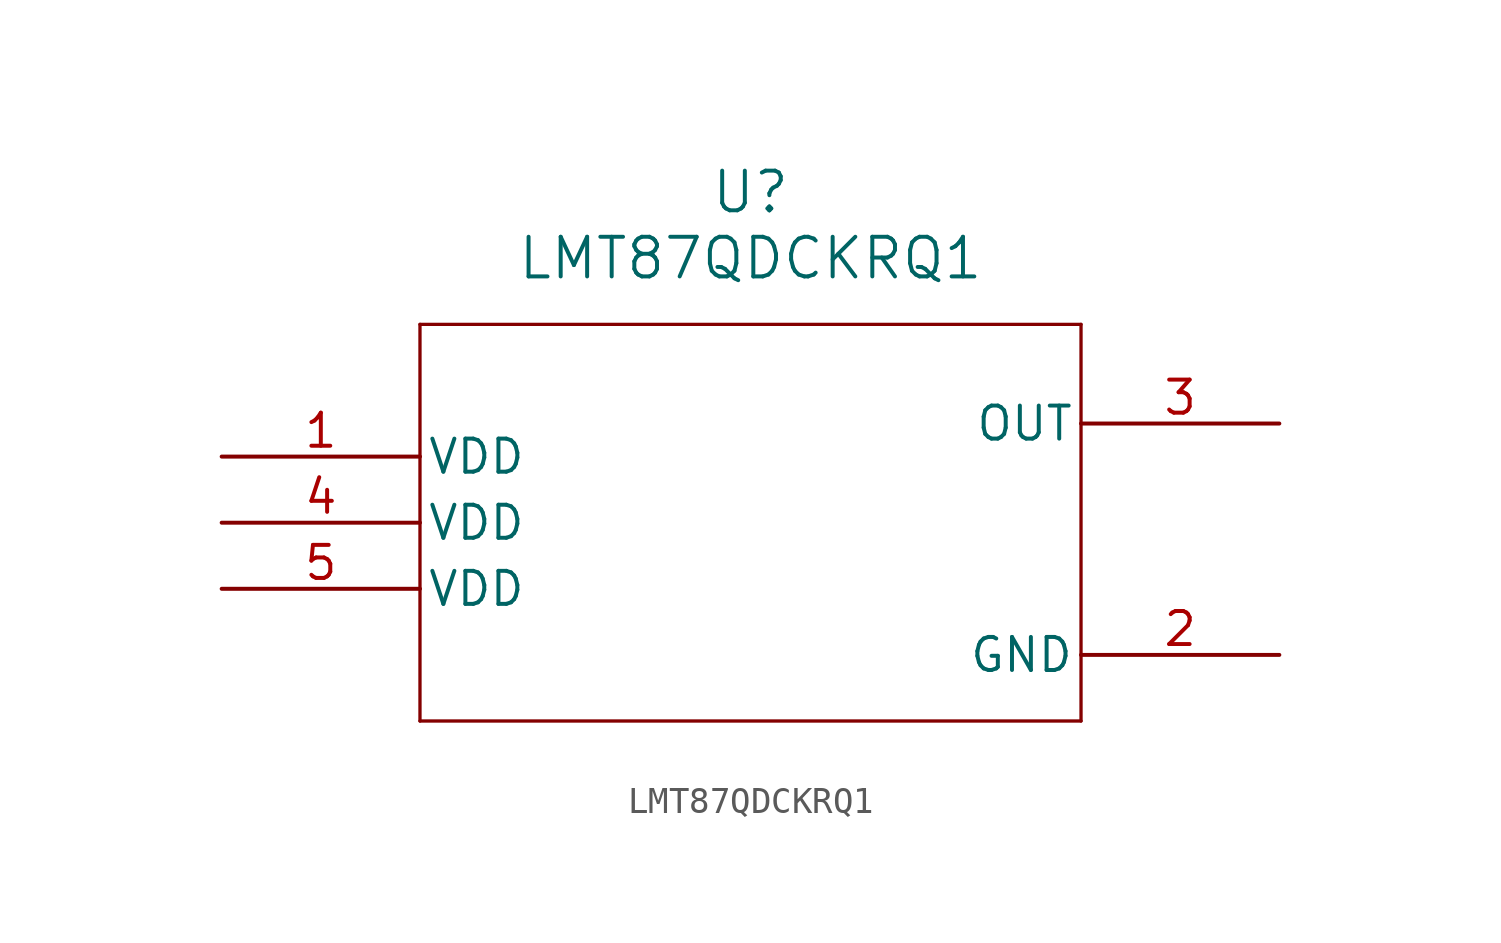
<source format=kicad_sym>
(kicad_symbol_lib
  (version 20220914)
  (generator kicad_symbol_editor)
  (symbol "LMT87QDCKRQ1"
    (pin_names
      (offset 0.254))
    (property "Reference" "U"
      (at 20.32 10.16 0)
      (effects (font (size 1.524 1.524))))
    (property "Value" "LMT87QDCKRQ1"
      (at 20.32 7.62 0)
      (effects (font (size 1.524 1.524))))
    (property "ki_locked" ""
      (at 0 0 0)
      (effects (font (size 1.27 1.27))))
    (symbol "LMT87QDCKRQ1_0_1"
      (polyline (pts (xy 7.62 -10.16) (xy 33.02 -10.16)) (stroke (width 0.127) (type default)) (fill (type none)))
      (polyline (pts (xy 7.62 5.08) (xy 7.62 -10.16)) (stroke (width 0.127) (type default)) (fill (type none)))
      (polyline (pts (xy 33.02 -10.16) (xy 33.02 5.08)) (stroke (width 0.127) (type default)) (fill (type none)))
      (polyline (pts (xy 33.02 5.08) (xy 7.62 5.08)) (stroke (width 0.127) (type default)) (fill (type none)))
      (pin power_in line (at 0 0 0) (length 7.62) (name "VDD" (effects (font (size 1.27 1.27)))) (number "1" (effects (font (size 1.27 1.27)))))
      (pin power_in line (at 40.64 -7.62 180) (length 7.62) (name "GND" (effects (font (size 1.27 1.27)))) (number "2" (effects (font (size 1.27 1.27)))))
      (pin output line (at 40.64 1.27 180) (length 7.62) (name "OUT" (effects (font (size 1.27 1.27)))) (number "3" (effects (font (size 1.27 1.27)))))
      (pin power_in line (at 0 -2.54 0) (length 7.62) (name "VDD" (effects (font (size 1.27 1.27)))) (number "4" (effects (font (size 1.27 1.27)))))
      (pin power_in line (at 0 -5.08 0) (length 7.62) (name "VDD" (effects (font (size 1.27 1.27)))) (number "5" (effects (font (size 1.27 1.27))))))))
</source>
